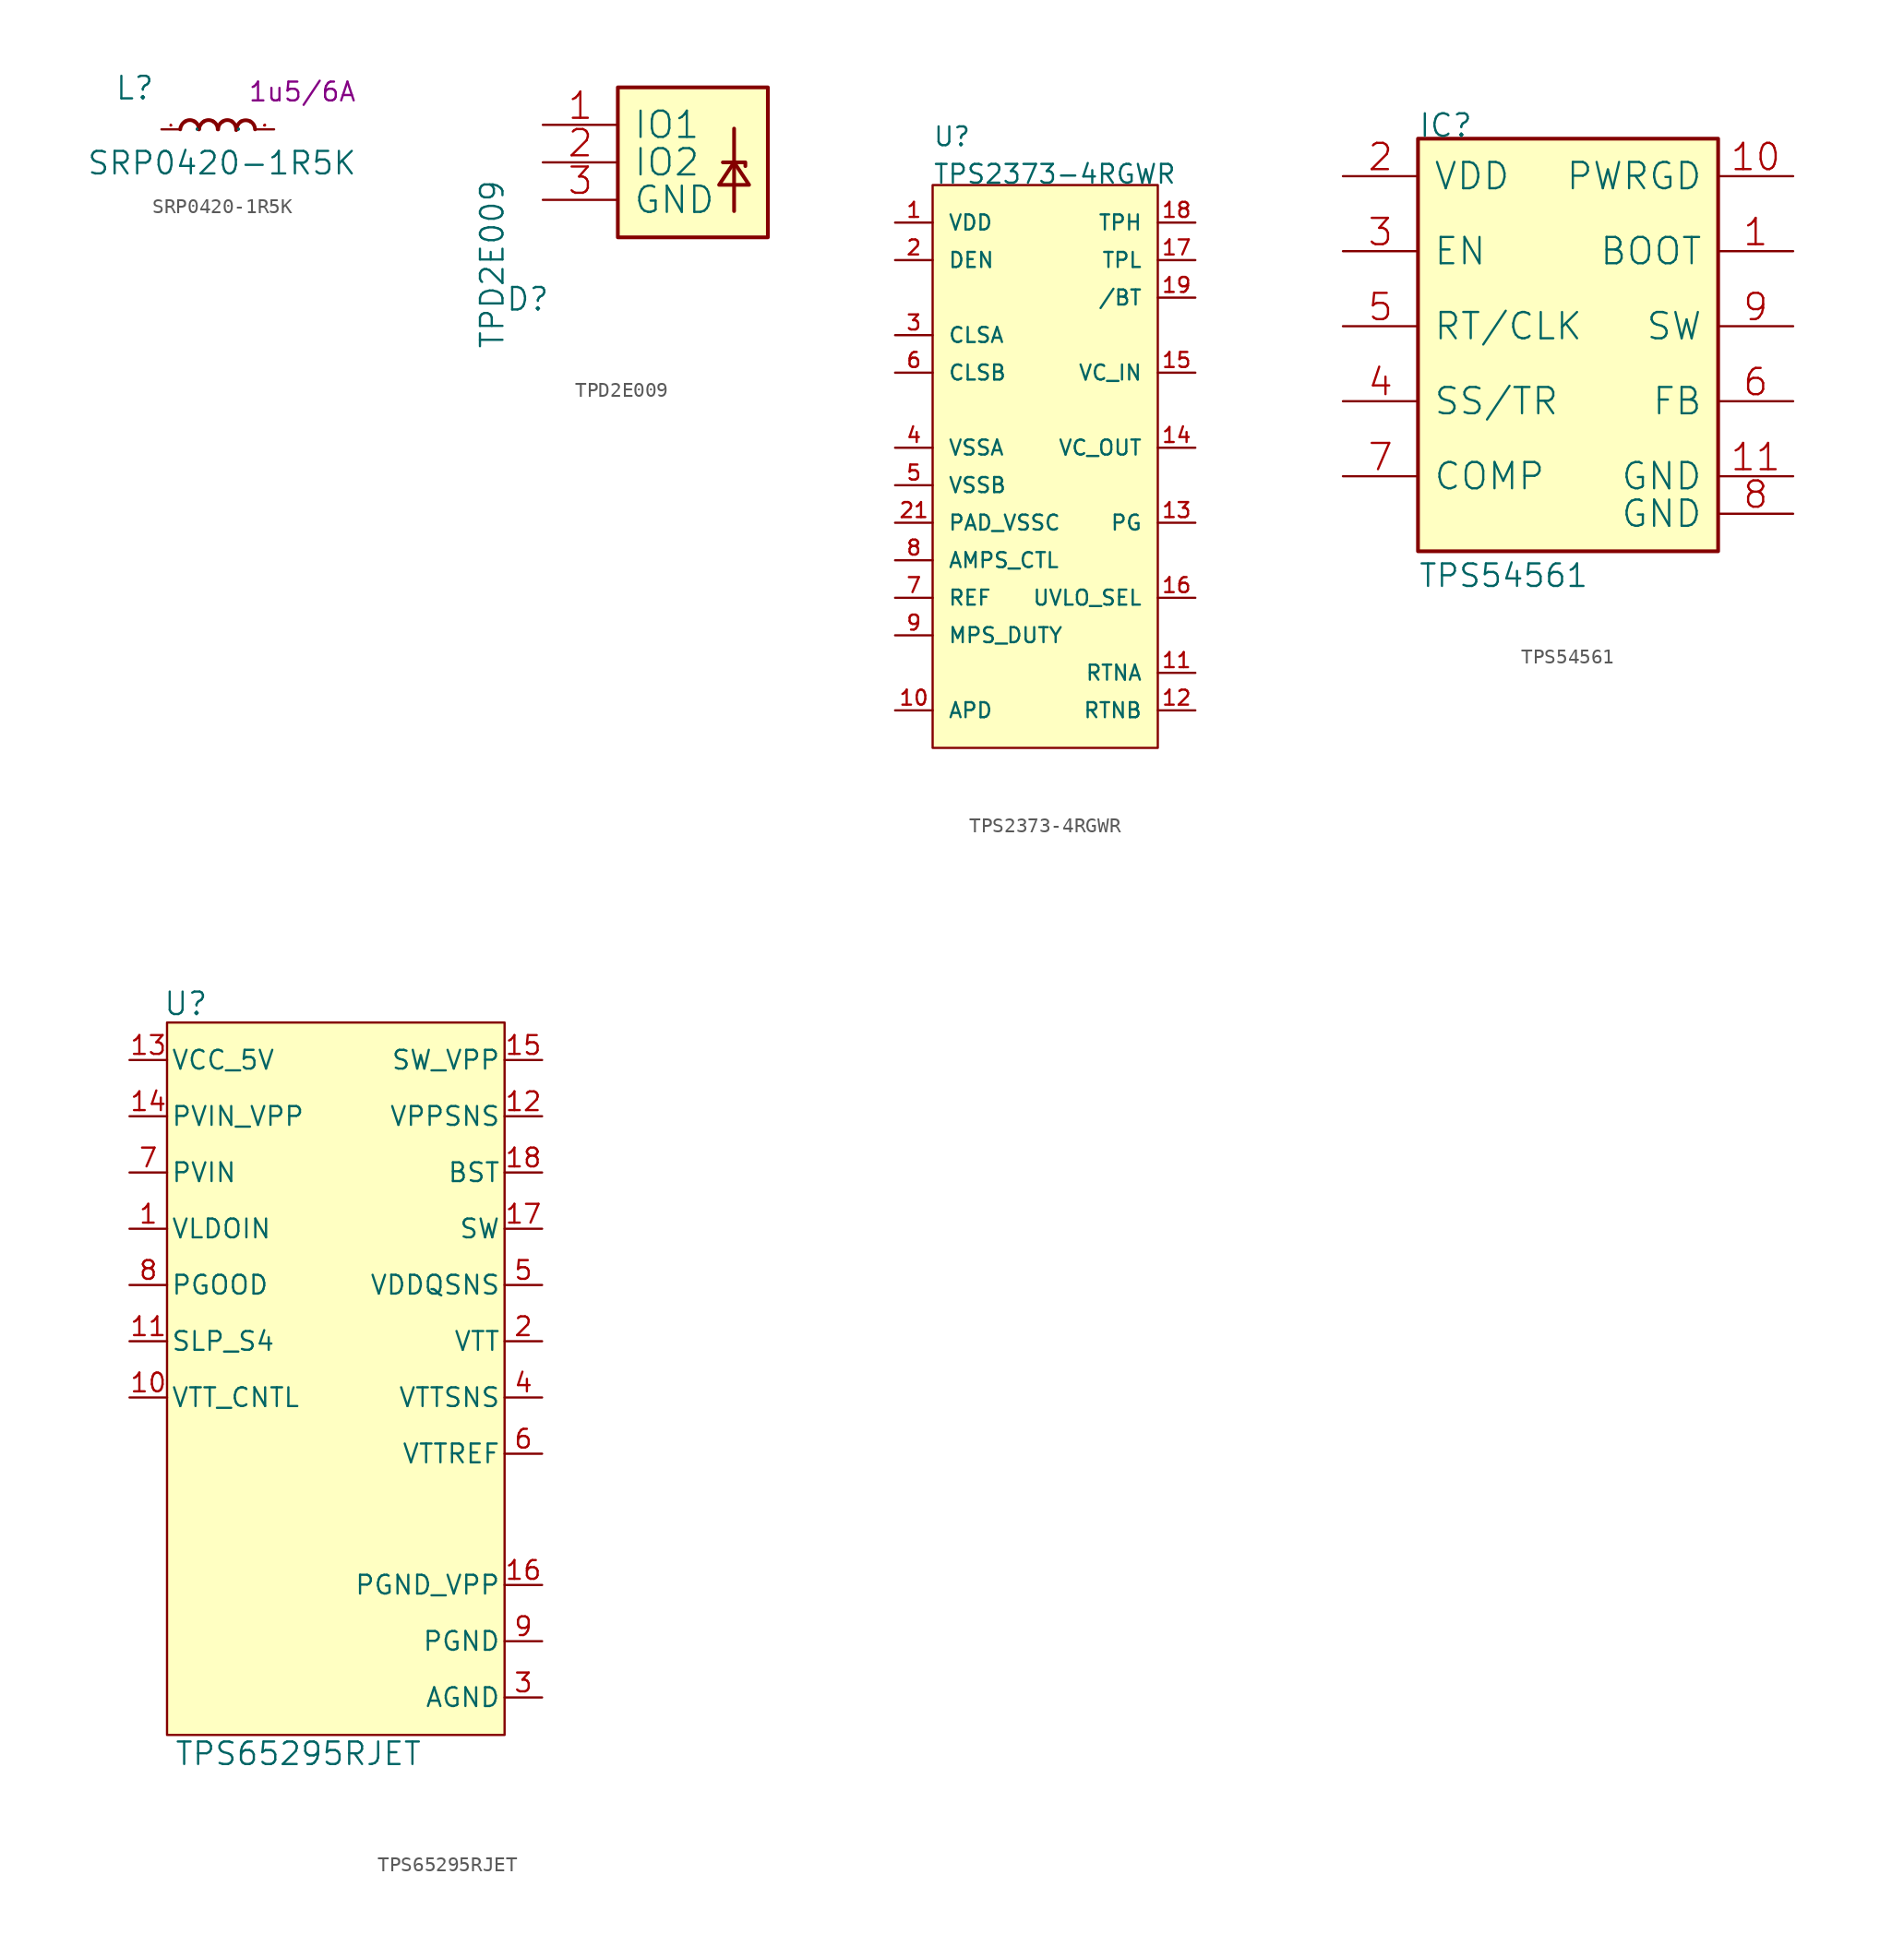
<source format=kicad_sym>
(kicad_symbol_lib
  (version 20211014)
  (generator kicad_symbol_editor)
  (symbol "SRP0420-1R5K"
    (pin_names
      (offset 1.016))
    (property "Reference" "L"
      (at -6.985 1.905 0)
      (effects (font (size 1.524 1.524)) (justify left bottom)))
    (property "Value" "SRP0420-1R5K"
      (at -8.89 -3.175 0)
      (effects (font (size 1.524 1.524)) (justify left bottom)))
    (property "Val" "1u5/6A"
      (at 5.715 2.54 0)
      (effects (font (size 1.27 1.27))))
    (symbol "SRP0420-1R5K_0_1"
      (pin passive line (at -3.81 0 0) (length 1.27) (name "P" (effects (font (size 0.025 0.025)))) (number "1" (effects (font (size 0.025 0.025)))))
      (pin passive line (at 3.81 0 180) (length 1.27) (name "P" (effects (font (size 0.025 0.025)))) (number "2" (effects (font (size 0.025 0.025))))))
    (symbol "SRP0420-1R5K_1_1"
      (arc (start -2.2098 0.5334) (mid -2.4364 0.3084) (end -2.54 0) (stroke (width 0.254) (type default) (color 0 0 0 0)) (fill (type none)))
      (arc (start -1.5748 0.5334) (mid -1.894 0.6272) (end -2.2098 0.5334) (stroke (width 0.254) (type default) (color 0 0 0 0)) (fill (type none)))
      (arc (start -1.27 0) (mid -1.3503 0.309) (end -1.5748 0.5334) (stroke (width 0.254) (type default) (color 0 0 0 0)) (fill (type none)))
      (arc (start -0.9398 0.5334) (mid -1.1664 0.3084) (end -1.27 0) (stroke (width 0.254) (type default) (color 0 0 0 0)) (fill (type none)))
      (arc (start -0.3048 0.5334) (mid -0.624 0.6272) (end -0.9398 0.5334) (stroke (width 0.254) (type default) (color 0 0 0 0)) (fill (type none)))
      (arc (start 0 0) (mid -0.0803 0.309) (end -0.3048 0.5334) (stroke (width 0.254) (type default) (color 0 0 0 0)) (fill (type none)))
      (arc (start 0.3302 0.5334) (mid 0.1036 0.3084) (end 0.0254 0) (stroke (width 0.254) (type default) (color 0 0 0 0)) (fill (type none)))
      (arc (start 0.9652 0.5334) (mid 0.646 0.6272) (end 0.3302 0.5334) (stroke (width 0.254) (type default) (color 0 0 0 0)) (fill (type none)))
      (arc (start 1.2446 -0.0508) (mid 1.1813 0.2752) (end 0.9652 0.5334) (stroke (width 0.254) (type default) (color 0 0 0 0)) (fill (type none)))
      (arc (start 1.5748 0.5334) (mid 1.357 0.3053) (end 1.27 0) (stroke (width 0.254) (type default) (color 0 0 0 0)) (fill (type none)))
      (arc (start 2.2098 0.5334) (mid 1.8942 0.6142) (end 1.5748 0.5334) (stroke (width 0.254) (type default) (color 0 0 0 0)) (fill (type none)))
      (arc (start 2.5146 0) (mid 2.4322 0.306) (end 2.2098 0.5334) (stroke (width 0.254) (type default) (color 0 0 0 0)) (fill (type none)))))
  (symbol "TPD2E009"
    (pin_names
      (offset 1.016))
    (property "Reference" "D"
      (at -7.62 -12.7 0)
      (effects (font (size 1.524 1.524)) (justify left bottom)))
    (property "Value" "TPD2E009"
      (at -7.62 -15.24 90)
      (effects (font (size 1.524 1.524)) (justify left bottom)))
    (symbol "TPD2E009_0_1"
      (polyline (pts (xy 7.874 -0.254) (xy 7.874 -5.842)) (stroke (width 0.254) (type default) (color 0 0 0 0)) (fill (type none)))
      (polyline (pts (xy 7.112 -2.54) (xy 8.636 -2.54) (xy 8.636 -2.794)) (stroke (width 0.254) (type default) (color 0 0 0 0)) (fill (type none)))
      (polyline (pts (xy 8.89 -4.064) (xy 7.874 -2.54) (xy 6.858 -4.064) (xy 8.89 -4.064)) (stroke (width 0.254) (type default) (color 0 0 0 0)) (fill (type none)))
      (rectangle (start 10.16 -7.62) (end 0 2.54) (stroke (width 0.254) (type default) (color 0 0 0 0)) (fill (type background)))
      (pin passive line (at -5.08 0 0) (length 5.08) (name "IO1" (effects (font (size 1.778 1.778)))) (number "1" (effects (font (size 1.778 1.778)))))
      (pin passive line (at -5.08 -2.54 0) (length 5.08) (name "IO2" (effects (font (size 1.778 1.778)))) (number "2" (effects (font (size 1.778 1.778)))))
      (pin passive line (at -5.08 -5.08 0) (length 5.08) (name "GND" (effects (font (size 1.778 1.778)))) (number "3" (effects (font (size 1.778 1.778)))))))
  (symbol "TPS2373-4RGWR"
    (pin_names
      (offset 1.016))
    (property "Reference" "U"
      (at -7.62 27.94 0)
      (effects (font (size 1.27 1.27)) (justify left bottom)))
    (property "Value" "TPS2373-4RGWR"
      (at -7.62 25.4 0)
      (effects (font (size 1.27 1.27)) (justify left bottom)))
    (symbol "TPS2373-4RGWR_0_0"
      (rectangle (start -7.62 25.4) (end 7.62 -12.7) (stroke (width 0.152) (type default) (color 0 0 0 0)) (fill (type background)))
      (pin power_in line (at -10.16 22.86 0) (length 2.54) (name "VDD" (effects (font (size 1.016 1.016)))) (number "1" (effects (font (size 1.016 1.016)))))
      (pin input line (at -10.16 -10.16 0) (length 2.54) (name "APD" (effects (font (size 1.016 1.016)))) (number "10" (effects (font (size 1.016 1.016)))))
      (pin output line (at 10.16 -7.62 180) (length 2.54) (name "RTNA" (effects (font (size 1.016 1.016)))) (number "11" (effects (font (size 1.016 1.016)))))
      (pin output line (at 10.16 -10.16 180) (length 2.54) (name "RTNB" (effects (font (size 1.016 1.016)))) (number "12" (effects (font (size 1.016 1.016)))))
      (pin output line (at 10.16 2.54 180) (length 2.54) (name "PG" (effects (font (size 1.016 1.016)))) (number "13" (effects (font (size 1.016 1.016)))))
      (pin output line (at 10.16 7.62 180) (length 2.54) (name "VC_OUT" (effects (font (size 1.016 1.016)))) (number "14" (effects (font (size 1.016 1.016)))))
      (pin input line (at 10.16 12.7 180) (length 2.54) (name "VC_IN" (effects (font (size 1.016 1.016)))) (number "15" (effects (font (size 1.016 1.016)))))
      (pin output line (at 10.16 -2.54 180) (length 2.54) (name "UVLO_SEL" (effects (font (size 1.016 1.016)))) (number "16" (effects (font (size 1.016 1.016)))))
      (pin output line (at 10.16 20.32 180) (length 2.54) (name "TPL" (effects (font (size 1.016 1.016)))) (number "17" (effects (font (size 1.016 1.016)))))
      (pin output line (at 10.16 22.86 180) (length 2.54) (name "TPH" (effects (font (size 1.016 1.016)))) (number "18" (effects (font (size 1.016 1.016)))))
      (pin output line (at 10.16 17.78 180) (length 2.54) (name "/BT" (effects (font (size 1.016 1.016)))) (number "19" (effects (font (size 1.016 1.016)))))
      (pin input line (at -10.16 20.32 0) (length 2.54) (name "DEN" (effects (font (size 1.016 1.016)))) (number "2" (effects (font (size 1.016 1.016)))))
      (pin power_in line (at -10.16 2.54 0) (length 2.54) (name "PAD_VSSC" (effects (font (size 1.016 1.016)))) (number "21" (effects (font (size 1.016 1.016)))))
      (pin input line (at -10.16 15.24 0) (length 2.54) (name "CLSA" (effects (font (size 1.016 1.016)))) (number "3" (effects (font (size 1.016 1.016)))))
      (pin power_in line (at -10.16 7.62 0) (length 2.54) (name "VSSA" (effects (font (size 1.016 1.016)))) (number "4" (effects (font (size 1.016 1.016)))))
      (pin power_in line (at -10.16 5.08 0) (length 2.54) (name "VSSB" (effects (font (size 1.016 1.016)))) (number "5" (effects (font (size 1.016 1.016)))))
      (pin input line (at -10.16 12.7 0) (length 2.54) (name "CLSB" (effects (font (size 1.016 1.016)))) (number "6" (effects (font (size 1.016 1.016)))))
      (pin input line (at -10.16 -2.54 0) (length 2.54) (name "REF" (effects (font (size 1.016 1.016)))) (number "7" (effects (font (size 1.016 1.016)))))
      (pin input line (at -10.16 0 0) (length 2.54) (name "AMPS_CTL" (effects (font (size 1.016 1.016)))) (number "8" (effects (font (size 1.016 1.016)))))
      (pin input line (at -10.16 -5.08 0) (length 2.54) (name "MPS_DUTY" (effects (font (size 1.016 1.016)))) (number "9" (effects (font (size 1.016 1.016)))))))
  (symbol "TPS54561"
    (pin_names
      (offset 1.016))
    (property "Reference" "IC"
      (at -10.16 12.7 0)
      (effects (font (size 1.524 1.524)) (justify left bottom)))
    (property "Value" "TPS54561"
      (at -10.16 -17.78 0)
      (effects (font (size 1.524 1.524)) (justify left bottom)))
    (symbol "TPS54561_0_1"
      (rectangle (start -10.16 -15.24) (end 10.16 12.7) (stroke (width 0.254) (type default) (color 0 0 0 0)) (fill (type background)))
      (pin passive line (at 15.24 5.08 180) (length 5.08) (name "BOOT" (effects (font (size 1.778 1.778)))) (number "1" (effects (font (size 1.778 1.778)))))
      (pin passive line (at 15.24 10.16 180) (length 5.08) (name "PWRGD" (effects (font (size 1.778 1.778)))) (number "10" (effects (font (size 1.778 1.778)))))
      (pin passive line (at 15.24 -10.16 180) (length 5.08) (name "GND" (effects (font (size 1.778 1.778)))) (number "11" (effects (font (size 1.778 1.778)))))
      (pin passive line (at -15.24 10.16 0) (length 5.08) (name "VDD" (effects (font (size 1.778 1.778)))) (number "2" (effects (font (size 1.778 1.778)))))
      (pin passive line (at -15.24 5.08 0) (length 5.08) (name "EN" (effects (font (size 1.778 1.778)))) (number "3" (effects (font (size 1.778 1.778)))))
      (pin passive line (at -15.24 -5.08 0) (length 5.08) (name "SS/TR" (effects (font (size 1.778 1.778)))) (number "4" (effects (font (size 1.778 1.778)))))
      (pin passive line (at -15.24 0 0) (length 5.08) (name "RT/CLK" (effects (font (size 1.778 1.778)))) (number "5" (effects (font (size 1.778 1.778)))))
      (pin passive line (at 15.24 -5.08 180) (length 5.08) (name "FB" (effects (font (size 1.778 1.778)))) (number "6" (effects (font (size 1.778 1.778)))))
      (pin passive line (at -15.24 -10.16 0) (length 5.08) (name "COMP" (effects (font (size 1.778 1.778)))) (number "7" (effects (font (size 1.778 1.778)))))
      (pin passive line (at 15.24 -12.7 180) (length 5.08) (name "GND" (effects (font (size 1.778 1.778)))) (number "8" (effects (font (size 1.778 1.778)))))
      (pin passive line (at 15.24 0 180) (length 5.08) (name "SW" (effects (font (size 1.778 1.778)))) (number "9" (effects (font (size 1.778 1.778)))))))
  (symbol "TPS65295RJET"
    (pin_names
      (offset 0.254))
    (property "Reference" "U"
      (at -10.16 22.86 0)
      (effects (font (size 1.524 1.524))))
    (property "Value" "TPS65295RJET"
      (at -2.54 -27.94 0)
      (effects (font (size 1.524 1.524))))
    (property "Datasheet" ""
      (at 29.21 -8.89 0)
      (effects (font (size 1.524 1.524))))
    (symbol "TPS65295RJET_1_1"
      (rectangle (start -11.43 21.59) (end 11.43 -26.67) (stroke (width 0) (type default) (color 0 0 0 0)) (fill (type background)))
      (pin input line (at -13.97 7.62 0) (length 2.54) (name "VLDOIN" (effects (font (size 1.27 1.27)))) (number "1" (effects (font (size 1.27 1.27)))))
      (pin input line (at -13.97 -3.81 0) (length 2.54) (name "VTT_CNTL" (effects (font (size 1.27 1.27)))) (number "10" (effects (font (size 1.27 1.27)))))
      (pin input line (at -13.97 0 0) (length 2.54) (name "SLP_S4" (effects (font (size 1.27 1.27)))) (number "11" (effects (font (size 1.27 1.27)))))
      (pin input line (at 13.97 15.24 180) (length 2.54) (name "VPPSNS" (effects (font (size 1.27 1.27)))) (number "12" (effects (font (size 1.27 1.27)))))
      (pin input line (at -13.97 19.05 0) (length 2.54) (name "VCC_5V" (effects (font (size 1.27 1.27)))) (number "13" (effects (font (size 1.27 1.27)))))
      (pin input line (at -13.97 15.24 0) (length 2.54) (name "PVIN_VPP" (effects (font (size 1.27 1.27)))) (number "14" (effects (font (size 1.27 1.27)))))
      (pin input line (at 13.97 19.05 180) (length 2.54) (name "SW_VPP" (effects (font (size 1.27 1.27)))) (number "15" (effects (font (size 1.27 1.27)))))
      (pin input line (at 13.97 -16.51 180) (length 2.54) (name "PGND_VPP" (effects (font (size 1.27 1.27)))) (number "16" (effects (font (size 1.27 1.27)))))
      (pin input line (at 13.97 7.62 180) (length 2.54) (name "SW" (effects (font (size 1.27 1.27)))) (number "17" (effects (font (size 1.27 1.27)))))
      (pin input line (at 13.97 11.43 180) (length 2.54) (name "BST" (effects (font (size 1.27 1.27)))) (number "18" (effects (font (size 1.27 1.27)))))
      (pin input line (at 13.97 0 180) (length 2.54) (name "VTT" (effects (font (size 1.27 1.27)))) (number "2" (effects (font (size 1.27 1.27)))))
      (pin input line (at 13.97 -24.13 180) (length 2.54) (name "AGND" (effects (font (size 1.27 1.27)))) (number "3" (effects (font (size 1.27 1.27)))))
      (pin input line (at 13.97 -3.81 180) (length 2.54) (name "VTTSNS" (effects (font (size 1.27 1.27)))) (number "4" (effects (font (size 1.27 1.27)))))
      (pin input line (at 13.97 3.81 180) (length 2.54) (name "VDDQSNS" (effects (font (size 1.27 1.27)))) (number "5" (effects (font (size 1.27 1.27)))))
      (pin input line (at 13.97 -7.62 180) (length 2.54) (name "VTTREF" (effects (font (size 1.27 1.27)))) (number "6" (effects (font (size 1.27 1.27)))))
      (pin input line (at -13.97 11.43 0) (length 2.54) (name "PVIN" (effects (font (size 1.27 1.27)))) (number "7" (effects (font (size 1.27 1.27)))))
      (pin input line (at -13.97 3.81 0) (length 2.54) (name "PGOOD" (effects (font (size 1.27 1.27)))) (number "8" (effects (font (size 1.27 1.27)))))
      (pin input line (at 13.97 -20.32 180) (length 2.54) (name "PGND" (effects (font (size 1.27 1.27)))) (number "9" (effects (font (size 1.27 1.27))))))))
</source>
